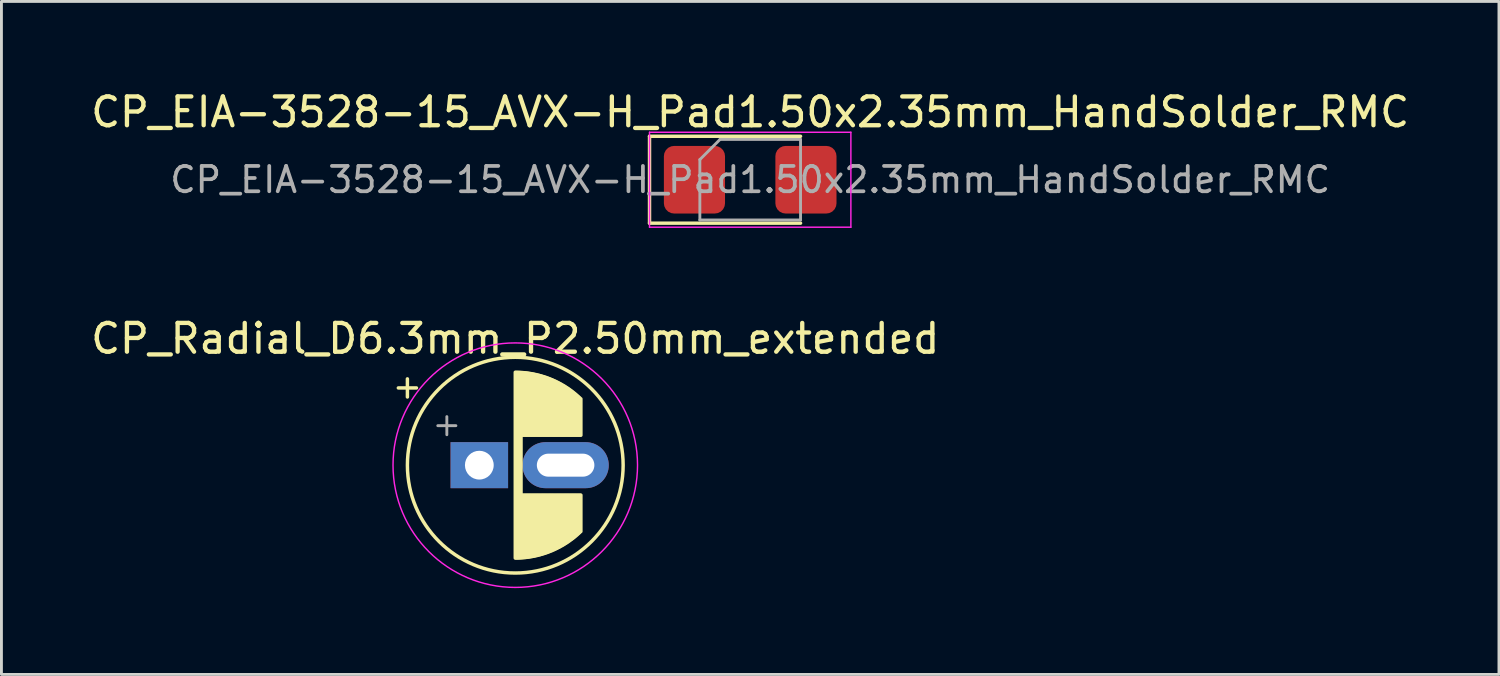
<source format=kicad_pcb>
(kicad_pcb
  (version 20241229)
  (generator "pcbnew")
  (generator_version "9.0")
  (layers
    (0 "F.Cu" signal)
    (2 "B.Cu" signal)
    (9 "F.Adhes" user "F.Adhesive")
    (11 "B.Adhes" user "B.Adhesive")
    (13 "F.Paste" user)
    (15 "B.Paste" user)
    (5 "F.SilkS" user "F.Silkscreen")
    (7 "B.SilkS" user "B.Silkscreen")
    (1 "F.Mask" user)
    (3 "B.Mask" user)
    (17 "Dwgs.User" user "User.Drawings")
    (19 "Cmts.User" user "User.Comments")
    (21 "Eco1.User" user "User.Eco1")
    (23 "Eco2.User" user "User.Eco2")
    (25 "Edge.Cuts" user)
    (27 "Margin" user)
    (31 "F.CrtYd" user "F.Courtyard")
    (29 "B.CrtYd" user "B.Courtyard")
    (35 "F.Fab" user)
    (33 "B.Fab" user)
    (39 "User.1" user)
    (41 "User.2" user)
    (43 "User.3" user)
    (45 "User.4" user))
  (footprint "CP_Radial_D6.3mm_P2.50mm_extended"
    (layer "F.Cu")
    (at 13.613 13.121)
    (property "Reference" "CP_Radial_D6.3mm_P2.50mm_extended" (at 1.25 -4.4 0) (layer "F.SilkS") (effects (font (size 1 1) (thickness 0.15))))
    (attr through_hole)
    (fp_line (start -2.815 -2.685) (end -2.185 -2.685) (stroke (width 0.12) (type solid)) (layer "F.SilkS"))
    (fp_line (start -2.5 -3) (end -2.5 -2.37) (stroke (width 0.12) (type solid)) (layer "F.SilkS"))
    (fp_line (start 1.25 -3.23) (end 1.25 3.23) (stroke (width 0.12) (type solid)) (layer "F.SilkS"))
    (fp_line (start 1.29 -3.23) (end 1.29 3.23) (stroke (width 0.12) (type solid)) (layer "F.SilkS"))
    (fp_line (start 1.33 -3.23) (end 1.33 3.23) (stroke (width 0.12) (type solid)) (layer "F.SilkS"))
    (fp_line (start 1.37 -3.228) (end 1.37 3.228) (stroke (width 0.12) (type solid)) (layer "F.SilkS"))
    (fp_line (start 1.41 -3.227) (end 1.41 3.227) (stroke (width 0.12) (type solid)) (layer "F.SilkS"))
    (fp_line (start 1.45 -3.224) (end 1.45 3.224) (stroke (width 0.12) (type solid)) (layer "F.SilkS"))
    (fp_line (start 1.49 -3.222) (end 1.49 -1.04) (stroke (width 0.12) (type solid)) (layer "F.SilkS"))
    (fp_line (start 1.49 1.04) (end 1.49 3.222) (stroke (width 0.12) (type solid)) (layer "F.SilkS"))
    (fp_line (start 1.53 -3.218) (end 1.53 -1.04) (stroke (width 0.12) (type solid)) (layer "F.SilkS"))
    (fp_line (start 1.53 1.04) (end 1.53 3.218) (stroke (width 0.12) (type solid)) (layer "F.SilkS"))
    (fp_line (start 1.57 -3.215) (end 1.57 -1.04) (stroke (width 0.12) (type solid)) (layer "F.SilkS"))
    (fp_line (start 1.57 1.04) (end 1.57 3.215) (stroke (width 0.12) (type solid)) (layer "F.SilkS"))
    (fp_line (start 1.61 -3.211) (end 1.61 -1.04) (stroke (width 0.12) (type solid)) (layer "F.SilkS"))
    (fp_line (start 1.61 1.04) (end 1.61 3.211) (stroke (width 0.12) (type solid)) (layer "F.SilkS"))
    (fp_line (start 1.65 -3.206) (end 1.65 -1.04) (stroke (width 0.12) (type solid)) (layer "F.SilkS"))
    (fp_line (start 1.65 1.04) (end 1.65 3.206) (stroke (width 0.12) (type solid)) (layer "F.SilkS"))
    (fp_line (start 1.69 -3.201) (end 1.69 -1.04) (stroke (width 0.12) (type solid)) (layer "F.SilkS"))
    (fp_line (start 1.69 1.04) (end 1.69 3.201) (stroke (width 0.12) (type solid)) (layer "F.SilkS"))
    (fp_line (start 1.73 -3.195) (end 1.73 -1.04) (stroke (width 0.12) (type solid)) (layer "F.SilkS"))
    (fp_line (start 1.73 1.04) (end 1.73 3.195) (stroke (width 0.12) (type solid)) (layer "F.SilkS"))
    (fp_line (start 1.77 -3.189) (end 1.77 -1.04) (stroke (width 0.12) (type solid)) (layer "F.SilkS"))
    (fp_line (start 1.77 1.04) (end 1.77 3.189) (stroke (width 0.12) (type solid)) (layer "F.SilkS"))
    (fp_line (start 1.81 -3.182) (end 1.81 -1.04) (stroke (width 0.12) (type solid)) (layer "F.SilkS"))
    (fp_line (start 1.81 1.04) (end 1.81 3.182) (stroke (width 0.12) (type solid)) (layer "F.SilkS"))
    (fp_line (start 1.85 -3.175) (end 1.85 -1.04) (stroke (width 0.12) (type solid)) (layer "F.SilkS"))
    (fp_line (start 1.85 1.04) (end 1.85 3.175) (stroke (width 0.12) (type solid)) (layer "F.SilkS"))
    (fp_line (start 1.89 -3.167) (end 1.89 -1.04) (stroke (width 0.12) (type solid)) (layer "F.SilkS"))
    (fp_line (start 1.89 1.04) (end 1.89 3.167) (stroke (width 0.12) (type solid)) (layer "F.SilkS"))
    (fp_line (start 1.93 -3.159) (end 1.93 -1.04) (stroke (width 0.12) (type solid)) (layer "F.SilkS"))
    (fp_line (start 1.93 1.04) (end 1.93 3.159) (stroke (width 0.12) (type solid)) (layer "F.SilkS"))
    (fp_line (start 1.971 -3.15) (end 1.971 -1.04) (stroke (width 0.12) (type solid)) (layer "F.SilkS"))
    (fp_line (start 1.971 1.04) (end 1.971 3.15) (stroke (width 0.12) (type solid)) (layer "F.SilkS"))
    (fp_line (start 2.011 -3.141) (end 2.011 -1.04) (stroke (width 0.12) (type solid)) (layer "F.SilkS"))
    (fp_line (start 2.011 1.04) (end 2.011 3.141) (stroke (width 0.12) (type solid)) (layer "F.SilkS"))
    (fp_line (start 2.051 -3.131) (end 2.051 -1.04) (stroke (width 0.12) (type solid)) (layer "F.SilkS"))
    (fp_line (start 2.051 1.04) (end 2.051 3.131) (stroke (width 0.12) (type solid)) (layer "F.SilkS"))
    (fp_line (start 2.091 -3.121) (end 2.091 -1.04) (stroke (width 0.12) (type solid)) (layer "F.SilkS"))
    (fp_line (start 2.091 1.04) (end 2.091 3.121) (stroke (width 0.12) (type solid)) (layer "F.SilkS"))
    (fp_line (start 2.131 -3.11) (end 2.131 -1.04) (stroke (width 0.12) (type solid)) (layer "F.SilkS"))
    (fp_line (start 2.131 1.04) (end 2.131 3.11) (stroke (width 0.12) (type solid)) (layer "F.SilkS"))
    (fp_line (start 2.171 -3.098) (end 2.171 -1.04) (stroke (width 0.12) (type solid)) (layer "F.SilkS"))
    (fp_line (start 2.171 1.04) (end 2.171 3.098) (stroke (width 0.12) (type solid)) (layer "F.SilkS"))
    (fp_line (start 2.211 -3.086) (end 2.211 -1.04) (stroke (width 0.12) (type solid)) (layer "F.SilkS"))
    (fp_line (start 2.211 1.04) (end 2.211 3.086) (stroke (width 0.12) (type solid)) (layer "F.SilkS"))
    (fp_line (start 2.251 -3.074) (end 2.251 -1.04) (stroke (width 0.12) (type solid)) (layer "F.SilkS"))
    (fp_line (start 2.251 1.04) (end 2.251 3.074) (stroke (width 0.12) (type solid)) (layer "F.SilkS"))
    (fp_line (start 2.291 -3.061) (end 2.291 -1.04) (stroke (width 0.12) (type solid)) (layer "F.SilkS"))
    (fp_line (start 2.291 1.04) (end 2.291 3.061) (stroke (width 0.12) (type solid)) (layer "F.SilkS"))
    (fp_line (start 2.331 -3.047) (end 2.331 -1.04) (stroke (width 0.12) (type solid)) (layer "F.SilkS"))
    (fp_line (start 2.331 1.04) (end 2.331 3.047) (stroke (width 0.12) (type solid)) (layer "F.SilkS"))
    (fp_line (start 2.371 -3.033) (end 2.371 -1.04) (stroke (width 0.12) (type solid)) (layer "F.SilkS"))
    (fp_line (start 2.371 1.04) (end 2.371 3.033) (stroke (width 0.12) (type solid)) (layer "F.SilkS"))
    (fp_line (start 2.411 -3.018) (end 2.411 -1.04) (stroke (width 0.12) (type solid)) (layer "F.SilkS"))
    (fp_line (start 2.411 1.04) (end 2.411 3.018) (stroke (width 0.12) (type solid)) (layer "F.SilkS"))
    (fp_line (start 2.451 -3.002) (end 2.451 -1.04) (stroke (width 0.12) (type solid)) (layer "F.SilkS"))
    (fp_line (start 2.451 1.04) (end 2.451 3.002) (stroke (width 0.12) (type solid)) (layer "F.SilkS"))
    (fp_line (start 2.491 -2.986) (end 2.491 -1.04) (stroke (width 0.12) (type solid)) (layer "F.SilkS"))
    (fp_line (start 2.491 1.04) (end 2.491 2.986) (stroke (width 0.12) (type solid)) (layer "F.SilkS"))
    (fp_line (start 2.531 -2.97) (end 2.531 -1.04) (stroke (width 0.12) (type solid)) (layer "F.SilkS"))
    (fp_line (start 2.531 1.04) (end 2.531 2.97) (stroke (width 0.12) (type solid)) (layer "F.SilkS"))
    (fp_line (start 2.571 -2.952) (end 2.571 -1.04) (stroke (width 0.12) (type solid)) (layer "F.SilkS"))
    (fp_line (start 2.571 1.04) (end 2.571 2.952) (stroke (width 0.12) (type solid)) (layer "F.SilkS"))
    (fp_line (start 2.611 -2.934) (end 2.611 -1.04) (stroke (width 0.12) (type solid)) (layer "F.SilkS"))
    (fp_line (start 2.611 1.04) (end 2.611 2.934) (stroke (width 0.12) (type solid)) (layer "F.SilkS"))
    (fp_line (start 2.651 -2.916) (end 2.651 -1.04) (stroke (width 0.12) (type solid)) (layer "F.SilkS"))
    (fp_line (start 2.651 1.04) (end 2.651 2.916) (stroke (width 0.12) (type solid)) (layer "F.SilkS"))
    (fp_line (start 2.691 -2.896) (end 2.691 -1.04) (stroke (width 0.12) (type solid)) (layer "F.SilkS"))
    (fp_line (start 2.691 1.04) (end 2.691 2.896) (stroke (width 0.12) (type solid)) (layer "F.SilkS"))
    (fp_line (start 2.731 -2.876) (end 2.731 -1.04) (stroke (width 0.12) (type solid)) (layer "F.SilkS"))
    (fp_line (start 2.731 1.04) (end 2.731 2.876) (stroke (width 0.12) (type solid)) (layer "F.SilkS"))
    (fp_line (start 2.771 -2.856) (end 2.771 -1.04) (stroke (width 0.12) (type solid)) (layer "F.SilkS"))
    (fp_line (start 2.771 1.04) (end 2.771 2.856) (stroke (width 0.12) (type solid)) (layer "F.SilkS"))
    (fp_line (start 2.811 -2.834) (end 2.811 -1.04) (stroke (width 0.12) (type solid)) (layer "F.SilkS"))
    (fp_line (start 2.811 1.04) (end 2.811 2.834) (stroke (width 0.12) (type solid)) (layer "F.SilkS"))
    (fp_line (start 2.851 -2.812) (end 2.851 -1.04) (stroke (width 0.12) (type solid)) (layer "F.SilkS"))
    (fp_line (start 2.851 1.04) (end 2.851 2.812) (stroke (width 0.12) (type solid)) (layer "F.SilkS"))
    (fp_line (start 2.891 -2.79) (end 2.891 -1.04) (stroke (width 0.12) (type solid)) (layer "F.SilkS"))
    (fp_line (start 2.891 1.04) (end 2.891 2.79) (stroke (width 0.12) (type solid)) (layer "F.SilkS"))
    (fp_line (start 2.931 -2.766) (end 2.931 -1.04) (stroke (width 0.12) (type solid)) (layer "F.SilkS"))
    (fp_line (start 2.931 1.04) (end 2.931 2.766) (stroke (width 0.12) (type solid)) (layer "F.SilkS"))
    (fp_line (start 2.971 -2.742) (end 2.971 -1.04) (stroke (width 0.12) (type solid)) (layer "F.SilkS"))
    (fp_line (start 2.971 1.04) (end 2.971 2.742) (stroke (width 0.12) (type solid)) (layer "F.SilkS"))
    (fp_line (start 3.011 -2.716) (end 3.011 -1.04) (stroke (width 0.12) (type solid)) (layer "F.SilkS"))
    (fp_line (start 3.011 1.04) (end 3.011 2.716) (stroke (width 0.12) (type solid)) (layer "F.SilkS"))
    (fp_line (start 3.051 -2.69) (end 3.051 -1.04) (stroke (width 0.12) (type solid)) (layer "F.SilkS"))
    (fp_line (start 3.051 1.04) (end 3.051 2.69) (stroke (width 0.12) (type solid)) (layer "F.SilkS"))
    (fp_line (start 3.091 -2.664) (end 3.091 -1.04) (stroke (width 0.12) (type solid)) (layer "F.SilkS"))
    (fp_line (start 3.091 1.04) (end 3.091 2.664) (stroke (width 0.12) (type solid)) (layer "F.SilkS"))
    (fp_line (start 3.131 -2.636) (end 3.131 -1.04) (stroke (width 0.12) (type solid)) (layer "F.SilkS"))
    (fp_line (start 3.131 1.04) (end 3.131 2.636) (stroke (width 0.12) (type solid)) (layer "F.SilkS"))
    (fp_line (start 3.171 -2.607) (end 3.171 -1.04) (stroke (width 0.12) (type solid)) (layer "F.SilkS"))
    (fp_line (start 3.171 1.04) (end 3.171 2.607) (stroke (width 0.12) (type solid)) (layer "F.SilkS"))
    (fp_line (start 3.211 -2.578) (end 3.211 -1.04) (stroke (width 0.12) (type solid)) (layer "F.SilkS"))
    (fp_line (start 3.211 1.04) (end 3.211 2.578) (stroke (width 0.12) (type solid)) (layer "F.SilkS"))
    (fp_line (start 3.251 -2.548) (end 3.251 -1.04) (stroke (width 0.12) (type solid)) (layer "F.SilkS"))
    (fp_line (start 3.251 1.04) (end 3.251 2.548) (stroke (width 0.12) (type solid)) (layer "F.SilkS"))
    (fp_line (start 3.291 -2.516) (end 3.291 -1.04) (stroke (width 0.12) (type solid)) (layer "F.SilkS"))
    (fp_line (start 3.291 1.04) (end 3.291 2.516) (stroke (width 0.12) (type solid)) (layer "F.SilkS"))
    (fp_line (start 3.331 -2.484) (end 3.331 -1.04) (stroke (width 0.12) (type solid)) (layer "F.SilkS"))
    (fp_line (start 3.331 1.04) (end 3.331 2.484) (stroke (width 0.12) (type solid)) (layer "F.SilkS"))
    (fp_line (start 3.371 -2.45) (end 3.371 -1.04) (stroke (width 0.12) (type solid)) (layer "F.SilkS"))
    (fp_line (start 3.371 1.04) (end 3.371 2.45) (stroke (width 0.12) (type solid)) (layer "F.SilkS"))
    (fp_line (start 3.411 -2.416) (end 3.411 -1.04) (stroke (width 0.12) (type solid)) (layer "F.SilkS"))
    (fp_line (start 3.411 1.04) (end 3.411 2.416) (stroke (width 0.12) (type solid)) (layer "F.SilkS"))
    (fp_line (start 3.451 -2.38) (end 3.451 -1.04) (stroke (width 0.12) (type solid)) (layer "F.SilkS"))
    (fp_line (start 3.451 1.04) (end 3.451 2.38) (stroke (width 0.12) (type solid)) (layer "F.SilkS"))
    (fp_line (start 3.491 -2.343) (end 3.491 -1.04) (stroke (width 0.12) (type solid)) (layer "F.SilkS"))
    (fp_line (start 3.491 1.04) (end 3.491 2.343) (stroke (width 0.12) (type solid)) (layer "F.SilkS"))
    (fp_line (start 3.531 -2.305) (end 3.531 -1.04) (stroke (width 0.12) (type solid)) (layer "F.SilkS"))
    (fp_line (start 3.531 1.04) (end 3.531 2.305) (stroke (width 0.12) (type solid)) (layer "F.SilkS"))
    (fp_circle (center 1.25 0) (end 5 0) (stroke (width 0.12) (type solid)) (fill no) (layer "F.SilkS"))
    (fp_circle (center 1.25 0) (end 5.5 0) (stroke (width 0.05) (type solid)) (fill no) (layer "F.CrtYd"))
    (fp_line (start -1.444 -1.373) (end -0.814 -1.373) (stroke (width 0.1) (type solid)) (layer "F.Fab"))
    (fp_line (start -1.129 -1.688) (end -1.129 -1.058) (stroke (width 0.1) (type solid)) (layer "F.Fab"))
    (pad "1" thru_hole rect (at 0 0) (size 2 1.6) (drill 1) (layers "*.Cu" "*.Mask"))
    (pad "2" thru_hole oval (at 3 0) (size 3 1.6) (drill oval 2 0.8) (layers "*.Cu" "*.Mask")))
  (footprint "CP_EIA-3528-15_AVX-H_Pad1.50x2.35mm_HandSolder_RMC"
    (layer "F.Cu")
    (at 23.03 3.198)
    (property "Reference" "CP_EIA-3528-15_AVX-H_Pad1.50x2.35mm_HandSolder_RMC" (at 0 -2.35 0) (layer "F.SilkS") (effects (font (size 1 1) (thickness 0.15))))
    (attr smd)
    (fp_line (start -3.5 -1.51) (end -3.5 1.51) (stroke (width 0.12) (type solid)) (layer "F.SilkS"))
    (fp_line (start -3.5 1.51) (end 1.75 1.51) (stroke (width 0.12) (type solid)) (layer "F.SilkS"))
    (fp_line (start 1.75 -1.51) (end -3.5 -1.51) (stroke (width 0.12) (type solid)) (layer "F.SilkS"))
    (fp_line (start -3.5 -1.65) (end 3.5 -1.65) (stroke (width 0.05) (type solid)) (layer "F.CrtYd"))
    (fp_line (start -3.5 1.65) (end -3.5 -1.65) (stroke (width 0.05) (type solid)) (layer "F.CrtYd"))
    (fp_line (start 3.5 -1.65) (end 3.5 1.65) (stroke (width 0.05) (type solid)) (layer "F.CrtYd"))
    (fp_line (start 3.5 1.65) (end -3.5 1.65) (stroke (width 0.05) (type solid)) (layer "F.CrtYd"))
    (fp_line (start -1.75 -0.7) (end -1.75 1.4) (stroke (width 0.1) (type solid)) (layer "F.Fab"))
    (fp_line (start -1.75 1.4) (end 1.75 1.4) (stroke (width 0.1) (type solid)) (layer "F.Fab"))
    (fp_line (start -1.05 -1.4) (end -1.75 -0.7) (stroke (width 0.1) (type solid)) (layer "F.Fab"))
    (fp_line (start 1.75 -1.4) (end -1.05 -1.4) (stroke (width 0.1) (type solid)) (layer "F.Fab"))
    (fp_line (start 1.75 1.4) (end 1.75 -1.4) (stroke (width 0.1) (type solid)) (layer "F.Fab"))
    (fp_text user "${REFERENCE}" (at 0 0 0) (layer "F.Fab") (effects (font (size 0.88 0.88) (thickness 0.13))))
    (pad "1" smd roundrect (at -1.938 0) (size 2.125 2.35) (layers "F.Cu" "F.Mask" "F.Paste") (roundrect_rratio 0.167))
    (pad "2" smd roundrect (at 1.938 0) (size 2.125 2.35) (layers "F.Cu" "F.Mask" "F.Paste") (roundrect_rratio 0.167)))
  (gr_rect
    (start -3 -3)
    (end 49.06 20.396)
    (stroke (width 0.1) (type default))
    (fill no)
    (layer "Edge.Cuts")))
</source>
